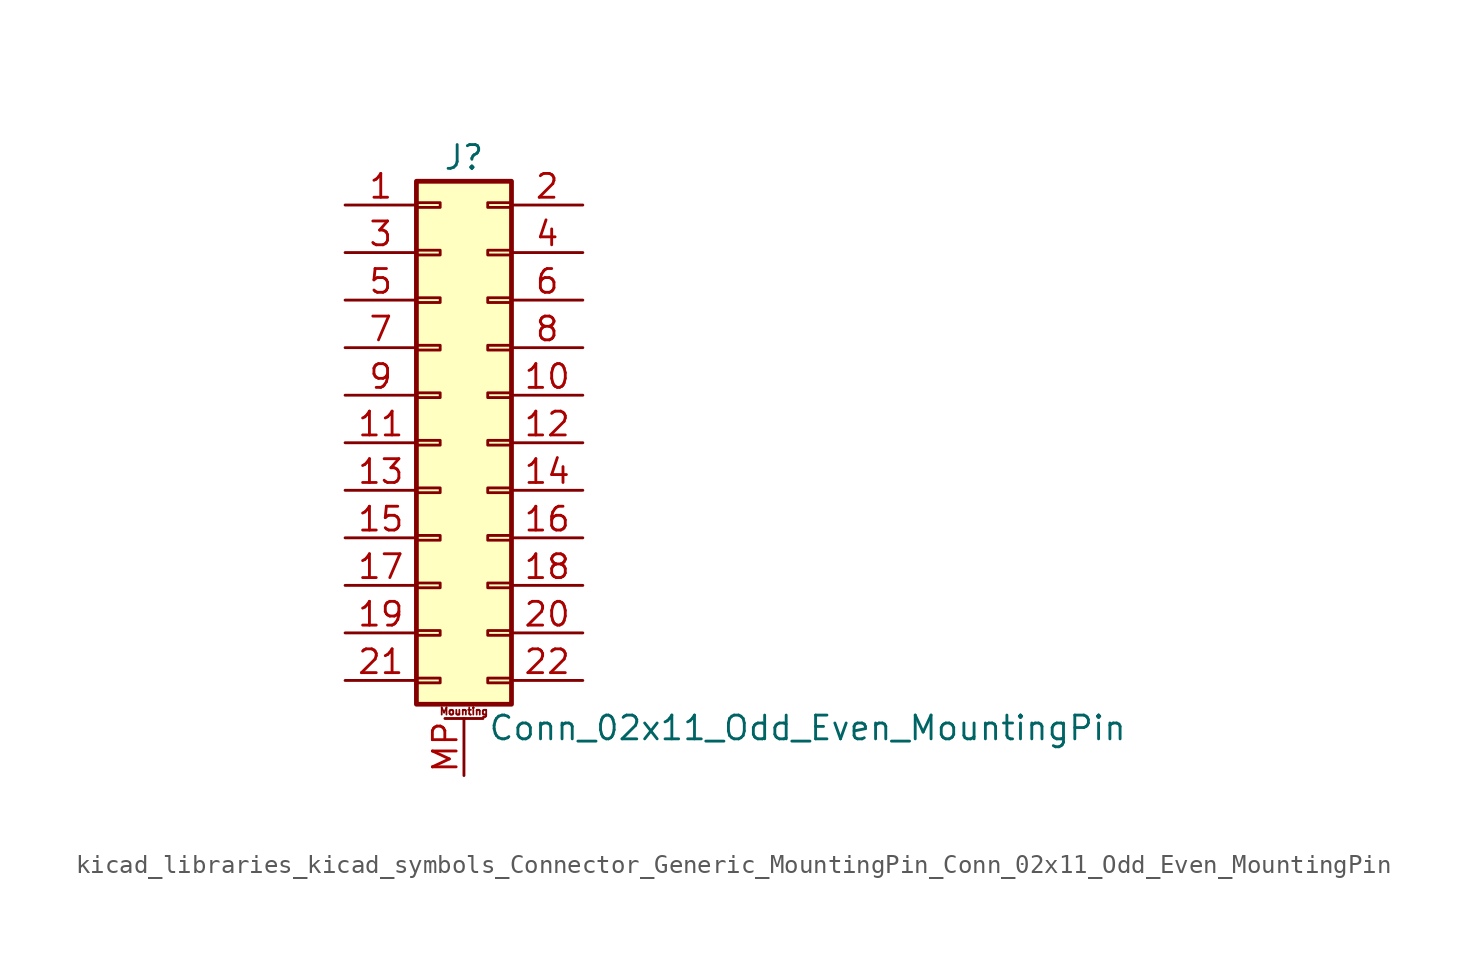
<source format=kicad_sym>
(kicad_symbol_lib
  (version 20220914)
  (generator kicad_symbol_editor)
  (symbol "kicad_libraries_kicad_symbols_Connector_Generic_MountingPin_Conn_02x11_Odd_Even_MountingPin"
    (pin_names
      (offset 1.016) hide)
    (property "Reference" "J"
      (at 1.27 15.24 0)
      (effects (font (size 1.27 1.27))))
    (property "Value" "Conn_02x11_Odd_Even_MountingPin"
      (at 2.54 -15.24 0)
      (effects (font (size 1.27 1.27)) (justify left)))
    (symbol "kicad_libraries_kicad_symbols_Connector_Generic_MountingPin_Conn_02x11_Odd_Even_MountingPin_1_1"
      (rectangle (start -1.27 -12.573) (end 0 -12.827) (stroke (width 0.152) (type default)) (fill (type none)))
      (rectangle (start -1.27 -10.033) (end 0 -10.287) (stroke (width 0.152) (type default)) (fill (type none)))
      (rectangle (start -1.27 -7.493) (end 0 -7.747) (stroke (width 0.152) (type default)) (fill (type none)))
      (rectangle (start -1.27 -4.953) (end 0 -5.207) (stroke (width 0.152) (type default)) (fill (type none)))
      (rectangle (start -1.27 -2.413) (end 0 -2.667) (stroke (width 0.152) (type default)) (fill (type none)))
      (rectangle (start -1.27 0.127) (end 0 -0.127) (stroke (width 0.152) (type default)) (fill (type none)))
      (rectangle (start -1.27 2.667) (end 0 2.413) (stroke (width 0.152) (type default)) (fill (type none)))
      (rectangle (start -1.27 5.207) (end 0 4.953) (stroke (width 0.152) (type default)) (fill (type none)))
      (rectangle (start -1.27 7.747) (end 0 7.493) (stroke (width 0.152) (type default)) (fill (type none)))
      (rectangle (start -1.27 10.287) (end 0 10.033) (stroke (width 0.152) (type default)) (fill (type none)))
      (rectangle (start -1.27 12.827) (end 0 12.573) (stroke (width 0.152) (type default)) (fill (type none)))
      (rectangle (start -1.27 13.97) (end 3.81 -13.97) (stroke (width 0.254) (type default)) (fill (type background)))
      (polyline (pts (xy 0.254 -14.732) (xy 2.286 -14.732)) (stroke (width 0.152) (type default)) (fill (type none)))
      (rectangle (start 3.81 -12.573) (end 2.54 -12.827) (stroke (width 0.152) (type default)) (fill (type none)))
      (rectangle (start 3.81 -10.033) (end 2.54 -10.287) (stroke (width 0.152) (type default)) (fill (type none)))
      (rectangle (start 3.81 -7.493) (end 2.54 -7.747) (stroke (width 0.152) (type default)) (fill (type none)))
      (rectangle (start 3.81 -4.953) (end 2.54 -5.207) (stroke (width 0.152) (type default)) (fill (type none)))
      (rectangle (start 3.81 -2.413) (end 2.54 -2.667) (stroke (width 0.152) (type default)) (fill (type none)))
      (rectangle (start 3.81 0.127) (end 2.54 -0.127) (stroke (width 0.152) (type default)) (fill (type none)))
      (rectangle (start 3.81 2.667) (end 2.54 2.413) (stroke (width 0.152) (type default)) (fill (type none)))
      (rectangle (start 3.81 5.207) (end 2.54 4.953) (stroke (width 0.152) (type default)) (fill (type none)))
      (rectangle (start 3.81 7.747) (end 2.54 7.493) (stroke (width 0.152) (type default)) (fill (type none)))
      (rectangle (start 3.81 10.287) (end 2.54 10.033) (stroke (width 0.152) (type default)) (fill (type none)))
      (rectangle (start 3.81 12.827) (end 2.54 12.573) (stroke (width 0.152) (type default)) (fill (type none)))
      (text "Mounting" (at 1.27 -14.351 0) (effects (font (size 0.381 0.381))))
      (pin passive line (at -5.08 12.7 0) (length 3.81) (name "Pin_1" (effects (font (size 1.27 1.27)))) (number "1" (effects (font (size 1.27 1.27)))))
      (pin passive line (at 7.62 2.54 180) (length 3.81) (name "Pin_10" (effects (font (size 1.27 1.27)))) (number "10" (effects (font (size 1.27 1.27)))))
      (pin passive line (at -5.08 0 0) (length 3.81) (name "Pin_11" (effects (font (size 1.27 1.27)))) (number "11" (effects (font (size 1.27 1.27)))))
      (pin passive line (at 7.62 0 180) (length 3.81) (name "Pin_12" (effects (font (size 1.27 1.27)))) (number "12" (effects (font (size 1.27 1.27)))))
      (pin passive line (at -5.08 -2.54 0) (length 3.81) (name "Pin_13" (effects (font (size 1.27 1.27)))) (number "13" (effects (font (size 1.27 1.27)))))
      (pin passive line (at 7.62 -2.54 180) (length 3.81) (name "Pin_14" (effects (font (size 1.27 1.27)))) (number "14" (effects (font (size 1.27 1.27)))))
      (pin passive line (at -5.08 -5.08 0) (length 3.81) (name "Pin_15" (effects (font (size 1.27 1.27)))) (number "15" (effects (font (size 1.27 1.27)))))
      (pin passive line (at 7.62 -5.08 180) (length 3.81) (name "Pin_16" (effects (font (size 1.27 1.27)))) (number "16" (effects (font (size 1.27 1.27)))))
      (pin passive line (at -5.08 -7.62 0) (length 3.81) (name "Pin_17" (effects (font (size 1.27 1.27)))) (number "17" (effects (font (size 1.27 1.27)))))
      (pin passive line (at 7.62 -7.62 180) (length 3.81) (name "Pin_18" (effects (font (size 1.27 1.27)))) (number "18" (effects (font (size 1.27 1.27)))))
      (pin passive line (at -5.08 -10.16 0) (length 3.81) (name "Pin_19" (effects (font (size 1.27 1.27)))) (number "19" (effects (font (size 1.27 1.27)))))
      (pin passive line (at 7.62 12.7 180) (length 3.81) (name "Pin_2" (effects (font (size 1.27 1.27)))) (number "2" (effects (font (size 1.27 1.27)))))
      (pin passive line (at 7.62 -10.16 180) (length 3.81) (name "Pin_20" (effects (font (size 1.27 1.27)))) (number "20" (effects (font (size 1.27 1.27)))))
      (pin passive line (at -5.08 -12.7 0) (length 3.81) (name "Pin_21" (effects (font (size 1.27 1.27)))) (number "21" (effects (font (size 1.27 1.27)))))
      (pin passive line (at 7.62 -12.7 180) (length 3.81) (name "Pin_22" (effects (font (size 1.27 1.27)))) (number "22" (effects (font (size 1.27 1.27)))))
      (pin passive line (at -5.08 10.16 0) (length 3.81) (name "Pin_3" (effects (font (size 1.27 1.27)))) (number "3" (effects (font (size 1.27 1.27)))))
      (pin passive line (at 7.62 10.16 180) (length 3.81) (name "Pin_4" (effects (font (size 1.27 1.27)))) (number "4" (effects (font (size 1.27 1.27)))))
      (pin passive line (at -5.08 7.62 0) (length 3.81) (name "Pin_5" (effects (font (size 1.27 1.27)))) (number "5" (effects (font (size 1.27 1.27)))))
      (pin passive line (at 7.62 7.62 180) (length 3.81) (name "Pin_6" (effects (font (size 1.27 1.27)))) (number "6" (effects (font (size 1.27 1.27)))))
      (pin passive line (at -5.08 5.08 0) (length 3.81) (name "Pin_7" (effects (font (size 1.27 1.27)))) (number "7" (effects (font (size 1.27 1.27)))))
      (pin passive line (at 7.62 5.08 180) (length 3.81) (name "Pin_8" (effects (font (size 1.27 1.27)))) (number "8" (effects (font (size 1.27 1.27)))))
      (pin passive line (at -5.08 2.54 0) (length 3.81) (name "Pin_9" (effects (font (size 1.27 1.27)))) (number "9" (effects (font (size 1.27 1.27)))))
      (pin passive line (at 1.27 -17.78 90) (length 3.048) (name "MountPin" (effects (font (size 1.27 1.27)))) (number "MP" (effects (font (size 1.27 1.27))))))))
</source>
